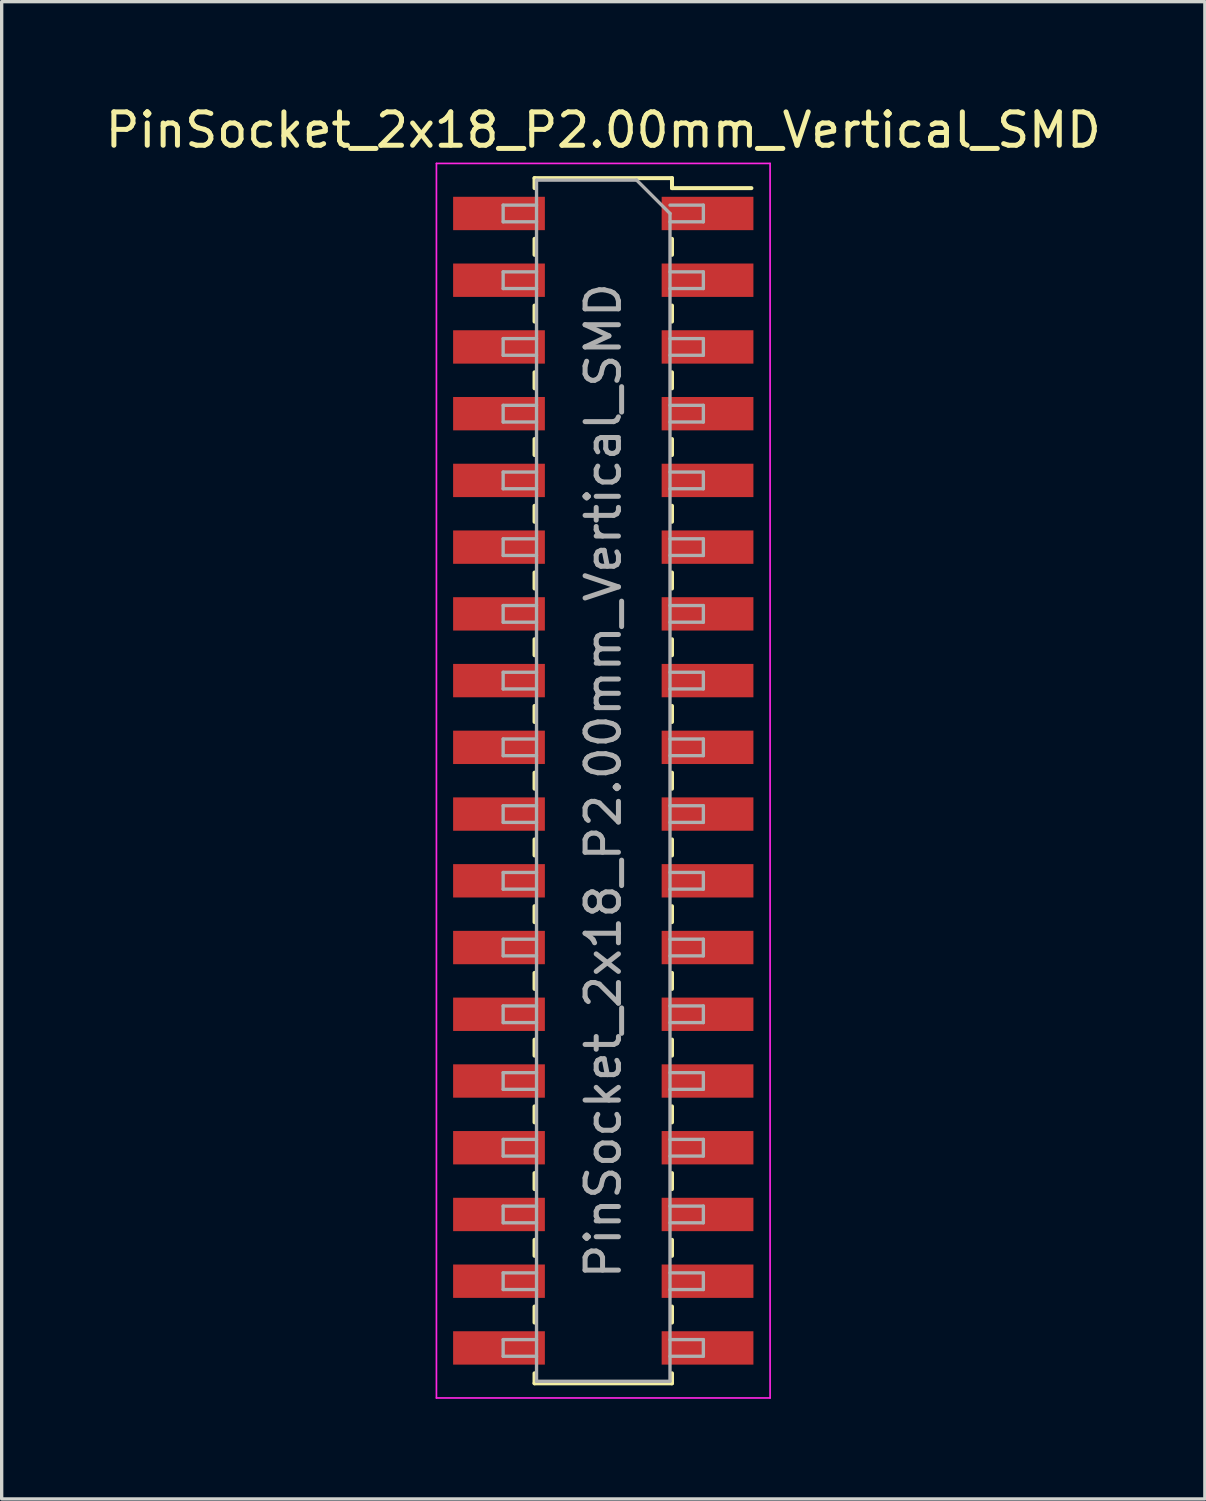
<source format=kicad_pcb>
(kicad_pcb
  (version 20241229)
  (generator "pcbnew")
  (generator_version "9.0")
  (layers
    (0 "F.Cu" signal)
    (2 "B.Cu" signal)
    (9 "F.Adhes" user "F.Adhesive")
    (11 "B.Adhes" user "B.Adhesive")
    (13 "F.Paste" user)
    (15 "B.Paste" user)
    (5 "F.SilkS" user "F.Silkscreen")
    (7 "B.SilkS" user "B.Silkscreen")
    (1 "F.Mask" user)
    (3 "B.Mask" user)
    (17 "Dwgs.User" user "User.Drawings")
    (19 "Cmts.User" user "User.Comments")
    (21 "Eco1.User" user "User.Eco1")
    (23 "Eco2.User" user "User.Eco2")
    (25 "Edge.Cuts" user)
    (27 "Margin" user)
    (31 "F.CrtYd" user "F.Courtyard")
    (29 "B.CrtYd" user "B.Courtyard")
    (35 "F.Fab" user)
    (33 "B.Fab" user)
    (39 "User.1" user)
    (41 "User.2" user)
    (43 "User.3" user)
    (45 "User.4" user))
  (footprint "PinSocket_2x18_P2.00mm_Vertical_SMD"
    (layer "F.Cu")
    (at 15.03 20.348)
    (property "Reference" "PinSocket_2x18_P2.00mm_Vertical_SMD" (at 0 -19.5 0) (layer "F.SilkS") (effects (font (size 1 1) (thickness 0.15))))
    (attr smd)
    (fp_line (start -2.06 -18.06) (end -2.06 -17.76) (stroke (width 0.12) (type solid)) (layer "F.SilkS"))
    (fp_line (start -2.06 -18.06) (end 2.06 -18.06) (stroke (width 0.12) (type solid)) (layer "F.SilkS"))
    (fp_line (start -2.06 -16.24) (end -2.06 -15.76) (stroke (width 0.12) (type solid)) (layer "F.SilkS"))
    (fp_line (start -2.06 -14.24) (end -2.06 -13.76) (stroke (width 0.12) (type solid)) (layer "F.SilkS"))
    (fp_line (start -2.06 -12.24) (end -2.06 -11.76) (stroke (width 0.12) (type solid)) (layer "F.SilkS"))
    (fp_line (start -2.06 -10.24) (end -2.06 -9.76) (stroke (width 0.12) (type solid)) (layer "F.SilkS"))
    (fp_line (start -2.06 -8.24) (end -2.06 -7.76) (stroke (width 0.12) (type solid)) (layer "F.SilkS"))
    (fp_line (start -2.06 -6.24) (end -2.06 -5.76) (stroke (width 0.12) (type solid)) (layer "F.SilkS"))
    (fp_line (start -2.06 -4.24) (end -2.06 -3.76) (stroke (width 0.12) (type solid)) (layer "F.SilkS"))
    (fp_line (start -2.06 -2.24) (end -2.06 -1.76) (stroke (width 0.12) (type solid)) (layer "F.SilkS"))
    (fp_line (start -2.06 -0.24) (end -2.06 0.24) (stroke (width 0.12) (type solid)) (layer "F.SilkS"))
    (fp_line (start -2.06 1.76) (end -2.06 2.24) (stroke (width 0.12) (type solid)) (layer "F.SilkS"))
    (fp_line (start -2.06 3.76) (end -2.06 4.24) (stroke (width 0.12) (type solid)) (layer "F.SilkS"))
    (fp_line (start -2.06 5.76) (end -2.06 6.24) (stroke (width 0.12) (type solid)) (layer "F.SilkS"))
    (fp_line (start -2.06 7.76) (end -2.06 8.24) (stroke (width 0.12) (type solid)) (layer "F.SilkS"))
    (fp_line (start -2.06 9.76) (end -2.06 10.24) (stroke (width 0.12) (type solid)) (layer "F.SilkS"))
    (fp_line (start -2.06 11.76) (end -2.06 12.24) (stroke (width 0.12) (type solid)) (layer "F.SilkS"))
    (fp_line (start -2.06 13.76) (end -2.06 14.24) (stroke (width 0.12) (type solid)) (layer "F.SilkS"))
    (fp_line (start -2.06 15.76) (end -2.06 16.24) (stroke (width 0.12) (type solid)) (layer "F.SilkS"))
    (fp_line (start -2.06 17.76) (end -2.06 18.06) (stroke (width 0.12) (type solid)) (layer "F.SilkS"))
    (fp_line (start -2.06 18.06) (end 2.06 18.06) (stroke (width 0.12) (type solid)) (layer "F.SilkS"))
    (fp_line (start 2.06 -18.06) (end 2.06 -17.76) (stroke (width 0.12) (type solid)) (layer "F.SilkS"))
    (fp_line (start 2.06 -17.76) (end 4.44 -17.76) (stroke (width 0.12) (type solid)) (layer "F.SilkS"))
    (fp_line (start 2.06 -16.24) (end 2.06 -15.76) (stroke (width 0.12) (type solid)) (layer "F.SilkS"))
    (fp_line (start 2.06 -14.24) (end 2.06 -13.76) (stroke (width 0.12) (type solid)) (layer "F.SilkS"))
    (fp_line (start 2.06 -12.24) (end 2.06 -11.76) (stroke (width 0.12) (type solid)) (layer "F.SilkS"))
    (fp_line (start 2.06 -10.24) (end 2.06 -9.76) (stroke (width 0.12) (type solid)) (layer "F.SilkS"))
    (fp_line (start 2.06 -8.24) (end 2.06 -7.76) (stroke (width 0.12) (type solid)) (layer "F.SilkS"))
    (fp_line (start 2.06 -6.24) (end 2.06 -5.76) (stroke (width 0.12) (type solid)) (layer "F.SilkS"))
    (fp_line (start 2.06 -4.24) (end 2.06 -3.76) (stroke (width 0.12) (type solid)) (layer "F.SilkS"))
    (fp_line (start 2.06 -2.24) (end 2.06 -1.76) (stroke (width 0.12) (type solid)) (layer "F.SilkS"))
    (fp_line (start 2.06 -0.24) (end 2.06 0.24) (stroke (width 0.12) (type solid)) (layer "F.SilkS"))
    (fp_line (start 2.06 1.76) (end 2.06 2.24) (stroke (width 0.12) (type solid)) (layer "F.SilkS"))
    (fp_line (start 2.06 3.76) (end 2.06 4.24) (stroke (width 0.12) (type solid)) (layer "F.SilkS"))
    (fp_line (start 2.06 5.76) (end 2.06 6.24) (stroke (width 0.12) (type solid)) (layer "F.SilkS"))
    (fp_line (start 2.06 7.76) (end 2.06 8.24) (stroke (width 0.12) (type solid)) (layer "F.SilkS"))
    (fp_line (start 2.06 9.76) (end 2.06 10.24) (stroke (width 0.12) (type solid)) (layer "F.SilkS"))
    (fp_line (start 2.06 11.76) (end 2.06 12.24) (stroke (width 0.12) (type solid)) (layer "F.SilkS"))
    (fp_line (start 2.06 13.76) (end 2.06 14.24) (stroke (width 0.12) (type solid)) (layer "F.SilkS"))
    (fp_line (start 2.06 15.76) (end 2.06 16.24) (stroke (width 0.12) (type solid)) (layer "F.SilkS"))
    (fp_line (start 2.06 17.76) (end 2.06 18.06) (stroke (width 0.12) (type solid)) (layer "F.SilkS"))
    (fp_line (start -5 -18.5) (end 5 -18.5) (stroke (width 0.05) (type solid)) (layer "F.CrtYd"))
    (fp_line (start -5 18.5) (end -5 -18.5) (stroke (width 0.05) (type solid)) (layer "F.CrtYd"))
    (fp_line (start 5 -18.5) (end 5 18.5) (stroke (width 0.05) (type solid)) (layer "F.CrtYd"))
    (fp_line (start 5 18.5) (end -5 18.5) (stroke (width 0.05) (type solid)) (layer "F.CrtYd"))
    (fp_line (start -3 -17.25) (end -2 -17.25) (stroke (width 0.1) (type solid)) (layer "F.Fab"))
    (fp_line (start -3 -16.75) (end -3 -17.25) (stroke (width 0.1) (type solid)) (layer "F.Fab"))
    (fp_line (start -3 -15.25) (end -2 -15.25) (stroke (width 0.1) (type solid)) (layer "F.Fab"))
    (fp_line (start -3 -14.75) (end -3 -15.25) (stroke (width 0.1) (type solid)) (layer "F.Fab"))
    (fp_line (start -3 -13.25) (end -2 -13.25) (stroke (width 0.1) (type solid)) (layer "F.Fab"))
    (fp_line (start -3 -12.75) (end -3 -13.25) (stroke (width 0.1) (type solid)) (layer "F.Fab"))
    (fp_line (start -3 -11.25) (end -2 -11.25) (stroke (width 0.1) (type solid)) (layer "F.Fab"))
    (fp_line (start -3 -10.75) (end -3 -11.25) (stroke (width 0.1) (type solid)) (layer "F.Fab"))
    (fp_line (start -3 -9.25) (end -2 -9.25) (stroke (width 0.1) (type solid)) (layer "F.Fab"))
    (fp_line (start -3 -8.75) (end -3 -9.25) (stroke (width 0.1) (type solid)) (layer "F.Fab"))
    (fp_line (start -3 -7.25) (end -2 -7.25) (stroke (width 0.1) (type solid)) (layer "F.Fab"))
    (fp_line (start -3 -6.75) (end -3 -7.25) (stroke (width 0.1) (type solid)) (layer "F.Fab"))
    (fp_line (start -3 -5.25) (end -2 -5.25) (stroke (width 0.1) (type solid)) (layer "F.Fab"))
    (fp_line (start -3 -4.75) (end -3 -5.25) (stroke (width 0.1) (type solid)) (layer "F.Fab"))
    (fp_line (start -3 -3.25) (end -2 -3.25) (stroke (width 0.1) (type solid)) (layer "F.Fab"))
    (fp_line (start -3 -2.75) (end -3 -3.25) (stroke (width 0.1) (type solid)) (layer "F.Fab"))
    (fp_line (start -3 -1.25) (end -2 -1.25) (stroke (width 0.1) (type solid)) (layer "F.Fab"))
    (fp_line (start -3 -0.75) (end -3 -1.25) (stroke (width 0.1) (type solid)) (layer "F.Fab"))
    (fp_line (start -3 0.75) (end -2 0.75) (stroke (width 0.1) (type solid)) (layer "F.Fab"))
    (fp_line (start -3 1.25) (end -3 0.75) (stroke (width 0.1) (type solid)) (layer "F.Fab"))
    (fp_line (start -3 2.75) (end -2 2.75) (stroke (width 0.1) (type solid)) (layer "F.Fab"))
    (fp_line (start -3 3.25) (end -3 2.75) (stroke (width 0.1) (type solid)) (layer "F.Fab"))
    (fp_line (start -3 4.75) (end -2 4.75) (stroke (width 0.1) (type solid)) (layer "F.Fab"))
    (fp_line (start -3 5.25) (end -3 4.75) (stroke (width 0.1) (type solid)) (layer "F.Fab"))
    (fp_line (start -3 6.75) (end -2 6.75) (stroke (width 0.1) (type solid)) (layer "F.Fab"))
    (fp_line (start -3 7.25) (end -3 6.75) (stroke (width 0.1) (type solid)) (layer "F.Fab"))
    (fp_line (start -3 8.75) (end -2 8.75) (stroke (width 0.1) (type solid)) (layer "F.Fab"))
    (fp_line (start -3 9.25) (end -3 8.75) (stroke (width 0.1) (type solid)) (layer "F.Fab"))
    (fp_line (start -3 10.75) (end -2 10.75) (stroke (width 0.1) (type solid)) (layer "F.Fab"))
    (fp_line (start -3 11.25) (end -3 10.75) (stroke (width 0.1) (type solid)) (layer "F.Fab"))
    (fp_line (start -3 12.75) (end -2 12.75) (stroke (width 0.1) (type solid)) (layer "F.Fab"))
    (fp_line (start -3 13.25) (end -3 12.75) (stroke (width 0.1) (type solid)) (layer "F.Fab"))
    (fp_line (start -3 14.75) (end -2 14.75) (stroke (width 0.1) (type solid)) (layer "F.Fab"))
    (fp_line (start -3 15.25) (end -3 14.75) (stroke (width 0.1) (type solid)) (layer "F.Fab"))
    (fp_line (start -3 16.75) (end -2 16.75) (stroke (width 0.1) (type solid)) (layer "F.Fab"))
    (fp_line (start -3 17.25) (end -3 16.75) (stroke (width 0.1) (type solid)) (layer "F.Fab"))
    (fp_line (start -2 -18) (end 1 -18) (stroke (width 0.1) (type solid)) (layer "F.Fab"))
    (fp_line (start -2 -16.75) (end -3 -16.75) (stroke (width 0.1) (type solid)) (layer "F.Fab"))
    (fp_line (start -2 -14.75) (end -3 -14.75) (stroke (width 0.1) (type solid)) (layer "F.Fab"))
    (fp_line (start -2 -12.75) (end -3 -12.75) (stroke (width 0.1) (type solid)) (layer "F.Fab"))
    (fp_line (start -2 -10.75) (end -3 -10.75) (stroke (width 0.1) (type solid)) (layer "F.Fab"))
    (fp_line (start -2 -8.75) (end -3 -8.75) (stroke (width 0.1) (type solid)) (layer "F.Fab"))
    (fp_line (start -2 -6.75) (end -3 -6.75) (stroke (width 0.1) (type solid)) (layer "F.Fab"))
    (fp_line (start -2 -4.75) (end -3 -4.75) (stroke (width 0.1) (type solid)) (layer "F.Fab"))
    (fp_line (start -2 -2.75) (end -3 -2.75) (stroke (width 0.1) (type solid)) (layer "F.Fab"))
    (fp_line (start -2 -0.75) (end -3 -0.75) (stroke (width 0.1) (type solid)) (layer "F.Fab"))
    (fp_line (start -2 1.25) (end -3 1.25) (stroke (width 0.1) (type solid)) (layer "F.Fab"))
    (fp_line (start -2 3.25) (end -3 3.25) (stroke (width 0.1) (type solid)) (layer "F.Fab"))
    (fp_line (start -2 5.25) (end -3 5.25) (stroke (width 0.1) (type solid)) (layer "F.Fab"))
    (fp_line (start -2 7.25) (end -3 7.25) (stroke (width 0.1) (type solid)) (layer "F.Fab"))
    (fp_line (start -2 9.25) (end -3 9.25) (stroke (width 0.1) (type solid)) (layer "F.Fab"))
    (fp_line (start -2 11.25) (end -3 11.25) (stroke (width 0.1) (type solid)) (layer "F.Fab"))
    (fp_line (start -2 13.25) (end -3 13.25) (stroke (width 0.1) (type solid)) (layer "F.Fab"))
    (fp_line (start -2 15.25) (end -3 15.25) (stroke (width 0.1) (type solid)) (layer "F.Fab"))
    (fp_line (start -2 17.25) (end -3 17.25) (stroke (width 0.1) (type solid)) (layer "F.Fab"))
    (fp_line (start -2 18) (end -2 -18) (stroke (width 0.1) (type solid)) (layer "F.Fab"))
    (fp_line (start 1 -18) (end 2 -17) (stroke (width 0.1) (type solid)) (layer "F.Fab"))
    (fp_line (start 2 -17.25) (end 3 -17.25) (stroke (width 0.1) (type solid)) (layer "F.Fab"))
    (fp_line (start 2 -17) (end 2 18) (stroke (width 0.1) (type solid)) (layer "F.Fab"))
    (fp_line (start 2 -15.25) (end 3 -15.25) (stroke (width 0.1) (type solid)) (layer "F.Fab"))
    (fp_line (start 2 -13.25) (end 3 -13.25) (stroke (width 0.1) (type solid)) (layer "F.Fab"))
    (fp_line (start 2 -11.25) (end 3 -11.25) (stroke (width 0.1) (type solid)) (layer "F.Fab"))
    (fp_line (start 2 -9.25) (end 3 -9.25) (stroke (width 0.1) (type solid)) (layer "F.Fab"))
    (fp_line (start 2 -7.25) (end 3 -7.25) (stroke (width 0.1) (type solid)) (layer "F.Fab"))
    (fp_line (start 2 -5.25) (end 3 -5.25) (stroke (width 0.1) (type solid)) (layer "F.Fab"))
    (fp_line (start 2 -3.25) (end 3 -3.25) (stroke (width 0.1) (type solid)) (layer "F.Fab"))
    (fp_line (start 2 -1.25) (end 3 -1.25) (stroke (width 0.1) (type solid)) (layer "F.Fab"))
    (fp_line (start 2 0.75) (end 3 0.75) (stroke (width 0.1) (type solid)) (layer "F.Fab"))
    (fp_line (start 2 2.75) (end 3 2.75) (stroke (width 0.1) (type solid)) (layer "F.Fab"))
    (fp_line (start 2 4.75) (end 3 4.75) (stroke (width 0.1) (type solid)) (layer "F.Fab"))
    (fp_line (start 2 6.75) (end 3 6.75) (stroke (width 0.1) (type solid)) (layer "F.Fab"))
    (fp_line (start 2 8.75) (end 3 8.75) (stroke (width 0.1) (type solid)) (layer "F.Fab"))
    (fp_line (start 2 10.75) (end 3 10.75) (stroke (width 0.1) (type solid)) (layer "F.Fab"))
    (fp_line (start 2 12.75) (end 3 12.75) (stroke (width 0.1) (type solid)) (layer "F.Fab"))
    (fp_line (start 2 14.75) (end 3 14.75) (stroke (width 0.1) (type solid)) (layer "F.Fab"))
    (fp_line (start 2 16.75) (end 3 16.75) (stroke (width 0.1) (type solid)) (layer "F.Fab"))
    (fp_line (start 2 18) (end -2 18) (stroke (width 0.1) (type solid)) (layer "F.Fab"))
    (fp_line (start 3 -17.25) (end 3 -16.75) (stroke (width 0.1) (type solid)) (layer "F.Fab"))
    (fp_line (start 3 -16.75) (end 2 -16.75) (stroke (width 0.1) (type solid)) (layer "F.Fab"))
    (fp_line (start 3 -15.25) (end 3 -14.75) (stroke (width 0.1) (type solid)) (layer "F.Fab"))
    (fp_line (start 3 -14.75) (end 2 -14.75) (stroke (width 0.1) (type solid)) (layer "F.Fab"))
    (fp_line (start 3 -13.25) (end 3 -12.75) (stroke (width 0.1) (type solid)) (layer "F.Fab"))
    (fp_line (start 3 -12.75) (end 2 -12.75) (stroke (width 0.1) (type solid)) (layer "F.Fab"))
    (fp_line (start 3 -11.25) (end 3 -10.75) (stroke (width 0.1) (type solid)) (layer "F.Fab"))
    (fp_line (start 3 -10.75) (end 2 -10.75) (stroke (width 0.1) (type solid)) (layer "F.Fab"))
    (fp_line (start 3 -9.25) (end 3 -8.75) (stroke (width 0.1) (type solid)) (layer "F.Fab"))
    (fp_line (start 3 -8.75) (end 2 -8.75) (stroke (width 0.1) (type solid)) (layer "F.Fab"))
    (fp_line (start 3 -7.25) (end 3 -6.75) (stroke (width 0.1) (type solid)) (layer "F.Fab"))
    (fp_line (start 3 -6.75) (end 2 -6.75) (stroke (width 0.1) (type solid)) (layer "F.Fab"))
    (fp_line (start 3 -5.25) (end 3 -4.75) (stroke (width 0.1) (type solid)) (layer "F.Fab"))
    (fp_line (start 3 -4.75) (end 2 -4.75) (stroke (width 0.1) (type solid)) (layer "F.Fab"))
    (fp_line (start 3 -3.25) (end 3 -2.75) (stroke (width 0.1) (type solid)) (layer "F.Fab"))
    (fp_line (start 3 -2.75) (end 2 -2.75) (stroke (width 0.1) (type solid)) (layer "F.Fab"))
    (fp_line (start 3 -1.25) (end 3 -0.75) (stroke (width 0.1) (type solid)) (layer "F.Fab"))
    (fp_line (start 3 -0.75) (end 2 -0.75) (stroke (width 0.1) (type solid)) (layer "F.Fab"))
    (fp_line (start 3 0.75) (end 3 1.25) (stroke (width 0.1) (type solid)) (layer "F.Fab"))
    (fp_line (start 3 1.25) (end 2 1.25) (stroke (width 0.1) (type solid)) (layer "F.Fab"))
    (fp_line (start 3 2.75) (end 3 3.25) (stroke (width 0.1) (type solid)) (layer "F.Fab"))
    (fp_line (start 3 3.25) (end 2 3.25) (stroke (width 0.1) (type solid)) (layer "F.Fab"))
    (fp_line (start 3 4.75) (end 3 5.25) (stroke (width 0.1) (type solid)) (layer "F.Fab"))
    (fp_line (start 3 5.25) (end 2 5.25) (stroke (width 0.1) (type solid)) (layer "F.Fab"))
    (fp_line (start 3 6.75) (end 3 7.25) (stroke (width 0.1) (type solid)) (layer "F.Fab"))
    (fp_line (start 3 7.25) (end 2 7.25) (stroke (width 0.1) (type solid)) (layer "F.Fab"))
    (fp_line (start 3 8.75) (end 3 9.25) (stroke (width 0.1) (type solid)) (layer "F.Fab"))
    (fp_line (start 3 9.25) (end 2 9.25) (stroke (width 0.1) (type solid)) (layer "F.Fab"))
    (fp_line (start 3 10.75) (end 3 11.25) (stroke (width 0.1) (type solid)) (layer "F.Fab"))
    (fp_line (start 3 11.25) (end 2 11.25) (stroke (width 0.1) (type solid)) (layer "F.Fab"))
    (fp_line (start 3 12.75) (end 3 13.25) (stroke (width 0.1) (type solid)) (layer "F.Fab"))
    (fp_line (start 3 13.25) (end 2 13.25) (stroke (width 0.1) (type solid)) (layer "F.Fab"))
    (fp_line (start 3 14.75) (end 3 15.25) (stroke (width 0.1) (type solid)) (layer "F.Fab"))
    (fp_line (start 3 15.25) (end 2 15.25) (stroke (width 0.1) (type solid)) (layer "F.Fab"))
    (fp_line (start 3 16.75) (end 3 17.25) (stroke (width 0.1) (type solid)) (layer "F.Fab"))
    (fp_line (start 3 17.25) (end 2 17.25) (stroke (width 0.1) (type solid)) (layer "F.Fab"))
    (fp_text user "${REFERENCE}" (at 0 0 90) (layer "F.Fab") (effects (font (size 1 1) (thickness 0.15))))
    (pad "1" smd rect (at 3.125 -17) (size 2.75 1) (layers "F.Cu" "F.Mask" "F.Paste"))
    (pad "2" smd rect (at -3.125 -17) (size 2.75 1) (layers "F.Cu" "F.Mask" "F.Paste"))
    (pad "3" smd rect (at 3.125 -15) (size 2.75 1) (layers "F.Cu" "F.Mask" "F.Paste"))
    (pad "4" smd rect (at -3.125 -15) (size 2.75 1) (layers "F.Cu" "F.Mask" "F.Paste"))
    (pad "5" smd rect (at 3.125 -13) (size 2.75 1) (layers "F.Cu" "F.Mask" "F.Paste"))
    (pad "6" smd rect (at -3.125 -13) (size 2.75 1) (layers "F.Cu" "F.Mask" "F.Paste"))
    (pad "7" smd rect (at 3.125 -11) (size 2.75 1) (layers "F.Cu" "F.Mask" "F.Paste"))
    (pad "8" smd rect (at -3.125 -11) (size 2.75 1) (layers "F.Cu" "F.Mask" "F.Paste"))
    (pad "9" smd rect (at 3.125 -9) (size 2.75 1) (layers "F.Cu" "F.Mask" "F.Paste"))
    (pad "10" smd rect (at -3.125 -9) (size 2.75 1) (layers "F.Cu" "F.Mask" "F.Paste"))
    (pad "11" smd rect (at 3.125 -7) (size 2.75 1) (layers "F.Cu" "F.Mask" "F.Paste"))
    (pad "12" smd rect (at -3.125 -7) (size 2.75 1) (layers "F.Cu" "F.Mask" "F.Paste"))
    (pad "13" smd rect (at 3.125 -5) (size 2.75 1) (layers "F.Cu" "F.Mask" "F.Paste"))
    (pad "14" smd rect (at -3.125 -5) (size 2.75 1) (layers "F.Cu" "F.Mask" "F.Paste"))
    (pad "15" smd rect (at 3.125 -3) (size 2.75 1) (layers "F.Cu" "F.Mask" "F.Paste"))
    (pad "16" smd rect (at -3.125 -3) (size 2.75 1) (layers "F.Cu" "F.Mask" "F.Paste"))
    (pad "17" smd rect (at 3.125 -1) (size 2.75 1) (layers "F.Cu" "F.Mask" "F.Paste"))
    (pad "18" smd rect (at -3.125 -1) (size 2.75 1) (layers "F.Cu" "F.Mask" "F.Paste"))
    (pad "19" smd rect (at 3.125 1) (size 2.75 1) (layers "F.Cu" "F.Mask" "F.Paste"))
    (pad "20" smd rect (at -3.125 1) (size 2.75 1) (layers "F.Cu" "F.Mask" "F.Paste"))
    (pad "21" smd rect (at 3.125 3) (size 2.75 1) (layers "F.Cu" "F.Mask" "F.Paste"))
    (pad "22" smd rect (at -3.125 3) (size 2.75 1) (layers "F.Cu" "F.Mask" "F.Paste"))
    (pad "23" smd rect (at 3.125 5) (size 2.75 1) (layers "F.Cu" "F.Mask" "F.Paste"))
    (pad "24" smd rect (at -3.125 5) (size 2.75 1) (layers "F.Cu" "F.Mask" "F.Paste"))
    (pad "25" smd rect (at 3.125 7) (size 2.75 1) (layers "F.Cu" "F.Mask" "F.Paste"))
    (pad "26" smd rect (at -3.125 7) (size 2.75 1) (layers "F.Cu" "F.Mask" "F.Paste"))
    (pad "27" smd rect (at 3.125 9) (size 2.75 1) (layers "F.Cu" "F.Mask" "F.Paste"))
    (pad "28" smd rect (at -3.125 9) (size 2.75 1) (layers "F.Cu" "F.Mask" "F.Paste"))
    (pad "29" smd rect (at 3.125 11) (size 2.75 1) (layers "F.Cu" "F.Mask" "F.Paste"))
    (pad "30" smd rect (at -3.125 11) (size 2.75 1) (layers "F.Cu" "F.Mask" "F.Paste"))
    (pad "31" smd rect (at 3.125 13) (size 2.75 1) (layers "F.Cu" "F.Mask" "F.Paste"))
    (pad "32" smd rect (at -3.125 13) (size 2.75 1) (layers "F.Cu" "F.Mask" "F.Paste"))
    (pad "33" smd rect (at 3.125 15) (size 2.75 1) (layers "F.Cu" "F.Mask" "F.Paste"))
    (pad "34" smd rect (at -3.125 15) (size 2.75 1) (layers "F.Cu" "F.Mask" "F.Paste"))
    (pad "35" smd rect (at 3.125 17) (size 2.75 1) (layers "F.Cu" "F.Mask" "F.Paste"))
    (pad "36" smd rect (at -3.125 17) (size 2.75 1) (layers "F.Cu" "F.Mask" "F.Paste")))
  (gr_rect
    (start -3 -3)
    (end 33.06 41.873)
    (stroke (width 0.1) (type default))
    (fill no)
    (layer "Edge.Cuts")))
</source>
